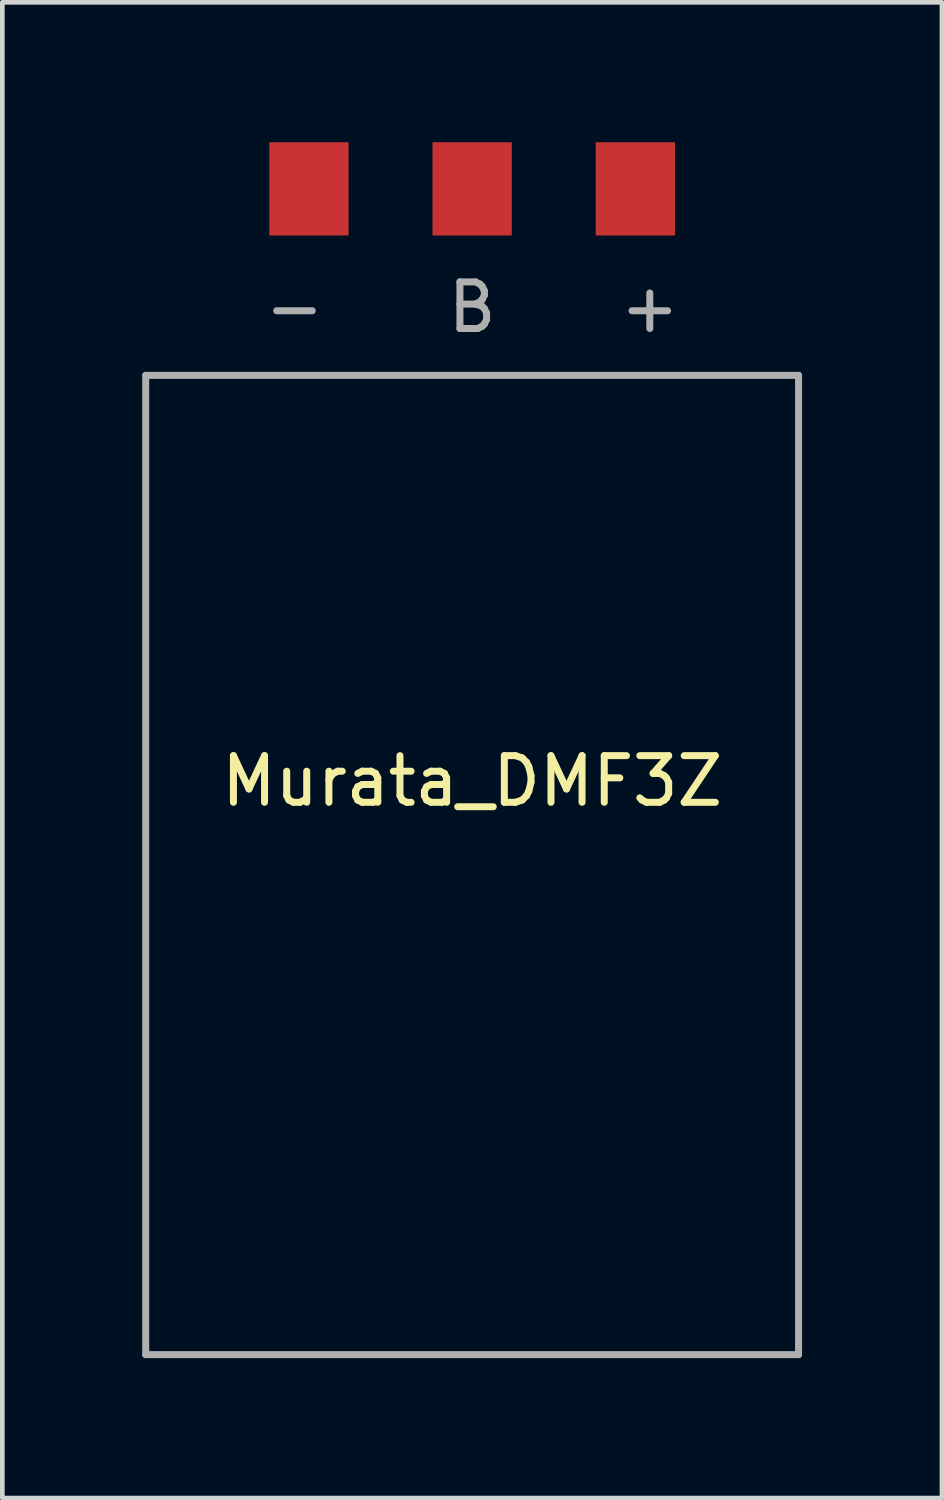
<source format=kicad_pcb>
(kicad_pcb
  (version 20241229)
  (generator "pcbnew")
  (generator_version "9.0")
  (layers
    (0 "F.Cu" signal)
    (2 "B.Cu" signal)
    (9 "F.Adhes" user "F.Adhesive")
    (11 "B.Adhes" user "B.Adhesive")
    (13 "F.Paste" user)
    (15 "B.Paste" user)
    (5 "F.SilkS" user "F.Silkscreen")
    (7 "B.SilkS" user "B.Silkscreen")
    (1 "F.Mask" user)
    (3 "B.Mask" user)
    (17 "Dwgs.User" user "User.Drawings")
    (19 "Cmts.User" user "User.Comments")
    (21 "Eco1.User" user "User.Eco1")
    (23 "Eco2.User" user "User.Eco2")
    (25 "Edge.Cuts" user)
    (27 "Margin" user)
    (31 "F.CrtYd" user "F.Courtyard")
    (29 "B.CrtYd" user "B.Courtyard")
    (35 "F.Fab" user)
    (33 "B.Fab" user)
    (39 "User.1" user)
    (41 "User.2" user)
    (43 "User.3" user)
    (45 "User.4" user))
  (footprint "Murata_DMF3Z"
    (layer "F.Cu")
    (at 7.075 1)
    (property "Reference" "Murata_DMF3Z" (at 0 12.7 0) (layer "F.SilkS") (effects (font (size 1 1) (thickness 0.15))))
    (attr through_hole)
    (fp_line (start -7 4) (end -7 25) (stroke (width 0.15) (type solid)) (layer "F.Fab"))
    (fp_line (start -7 4) (end 7 4) (stroke (width 0.15) (type solid)) (layer "F.Fab"))
    (fp_line (start -7 25) (end 7 25) (stroke (width 0.15) (type solid)) (layer "F.Fab"))
    (fp_line (start 7 4) (end 7 25) (stroke (width 0.15) (type solid)) (layer "F.Fab"))
    (fp_text user "+" (at 3.81 2.54 0) (layer "F.Fab") (effects (font (size 1 1) (thickness 0.15))))
    (fp_text user "-" (at -3.81 2.54 0) (layer "F.Fab") (effects (font (size 1 1) (thickness 0.15))))
    (fp_text user "B" (at 0 2.54 0) (layer "F.Fab") (effects (font (size 1 1) (thickness 0.15))))
    (pad "1" smd rect (at 3.5 0) (size 1.7 2) (layers "F.Cu" "F.Mask" "F.Paste"))
    (pad "2" smd rect (at 0 0) (size 1.7 2) (layers "F.Cu" "F.Mask" "F.Paste"))
    (pad "3" smd rect (at -3.5 0) (size 1.7 2) (layers "F.Cu" "F.Mask" "F.Paste")))
  (gr_rect
    (start -3 -3)
    (end 17.15 29.075)
    (stroke (width 0.1) (type default))
    (fill no)
    (layer "Edge.Cuts")))
</source>
